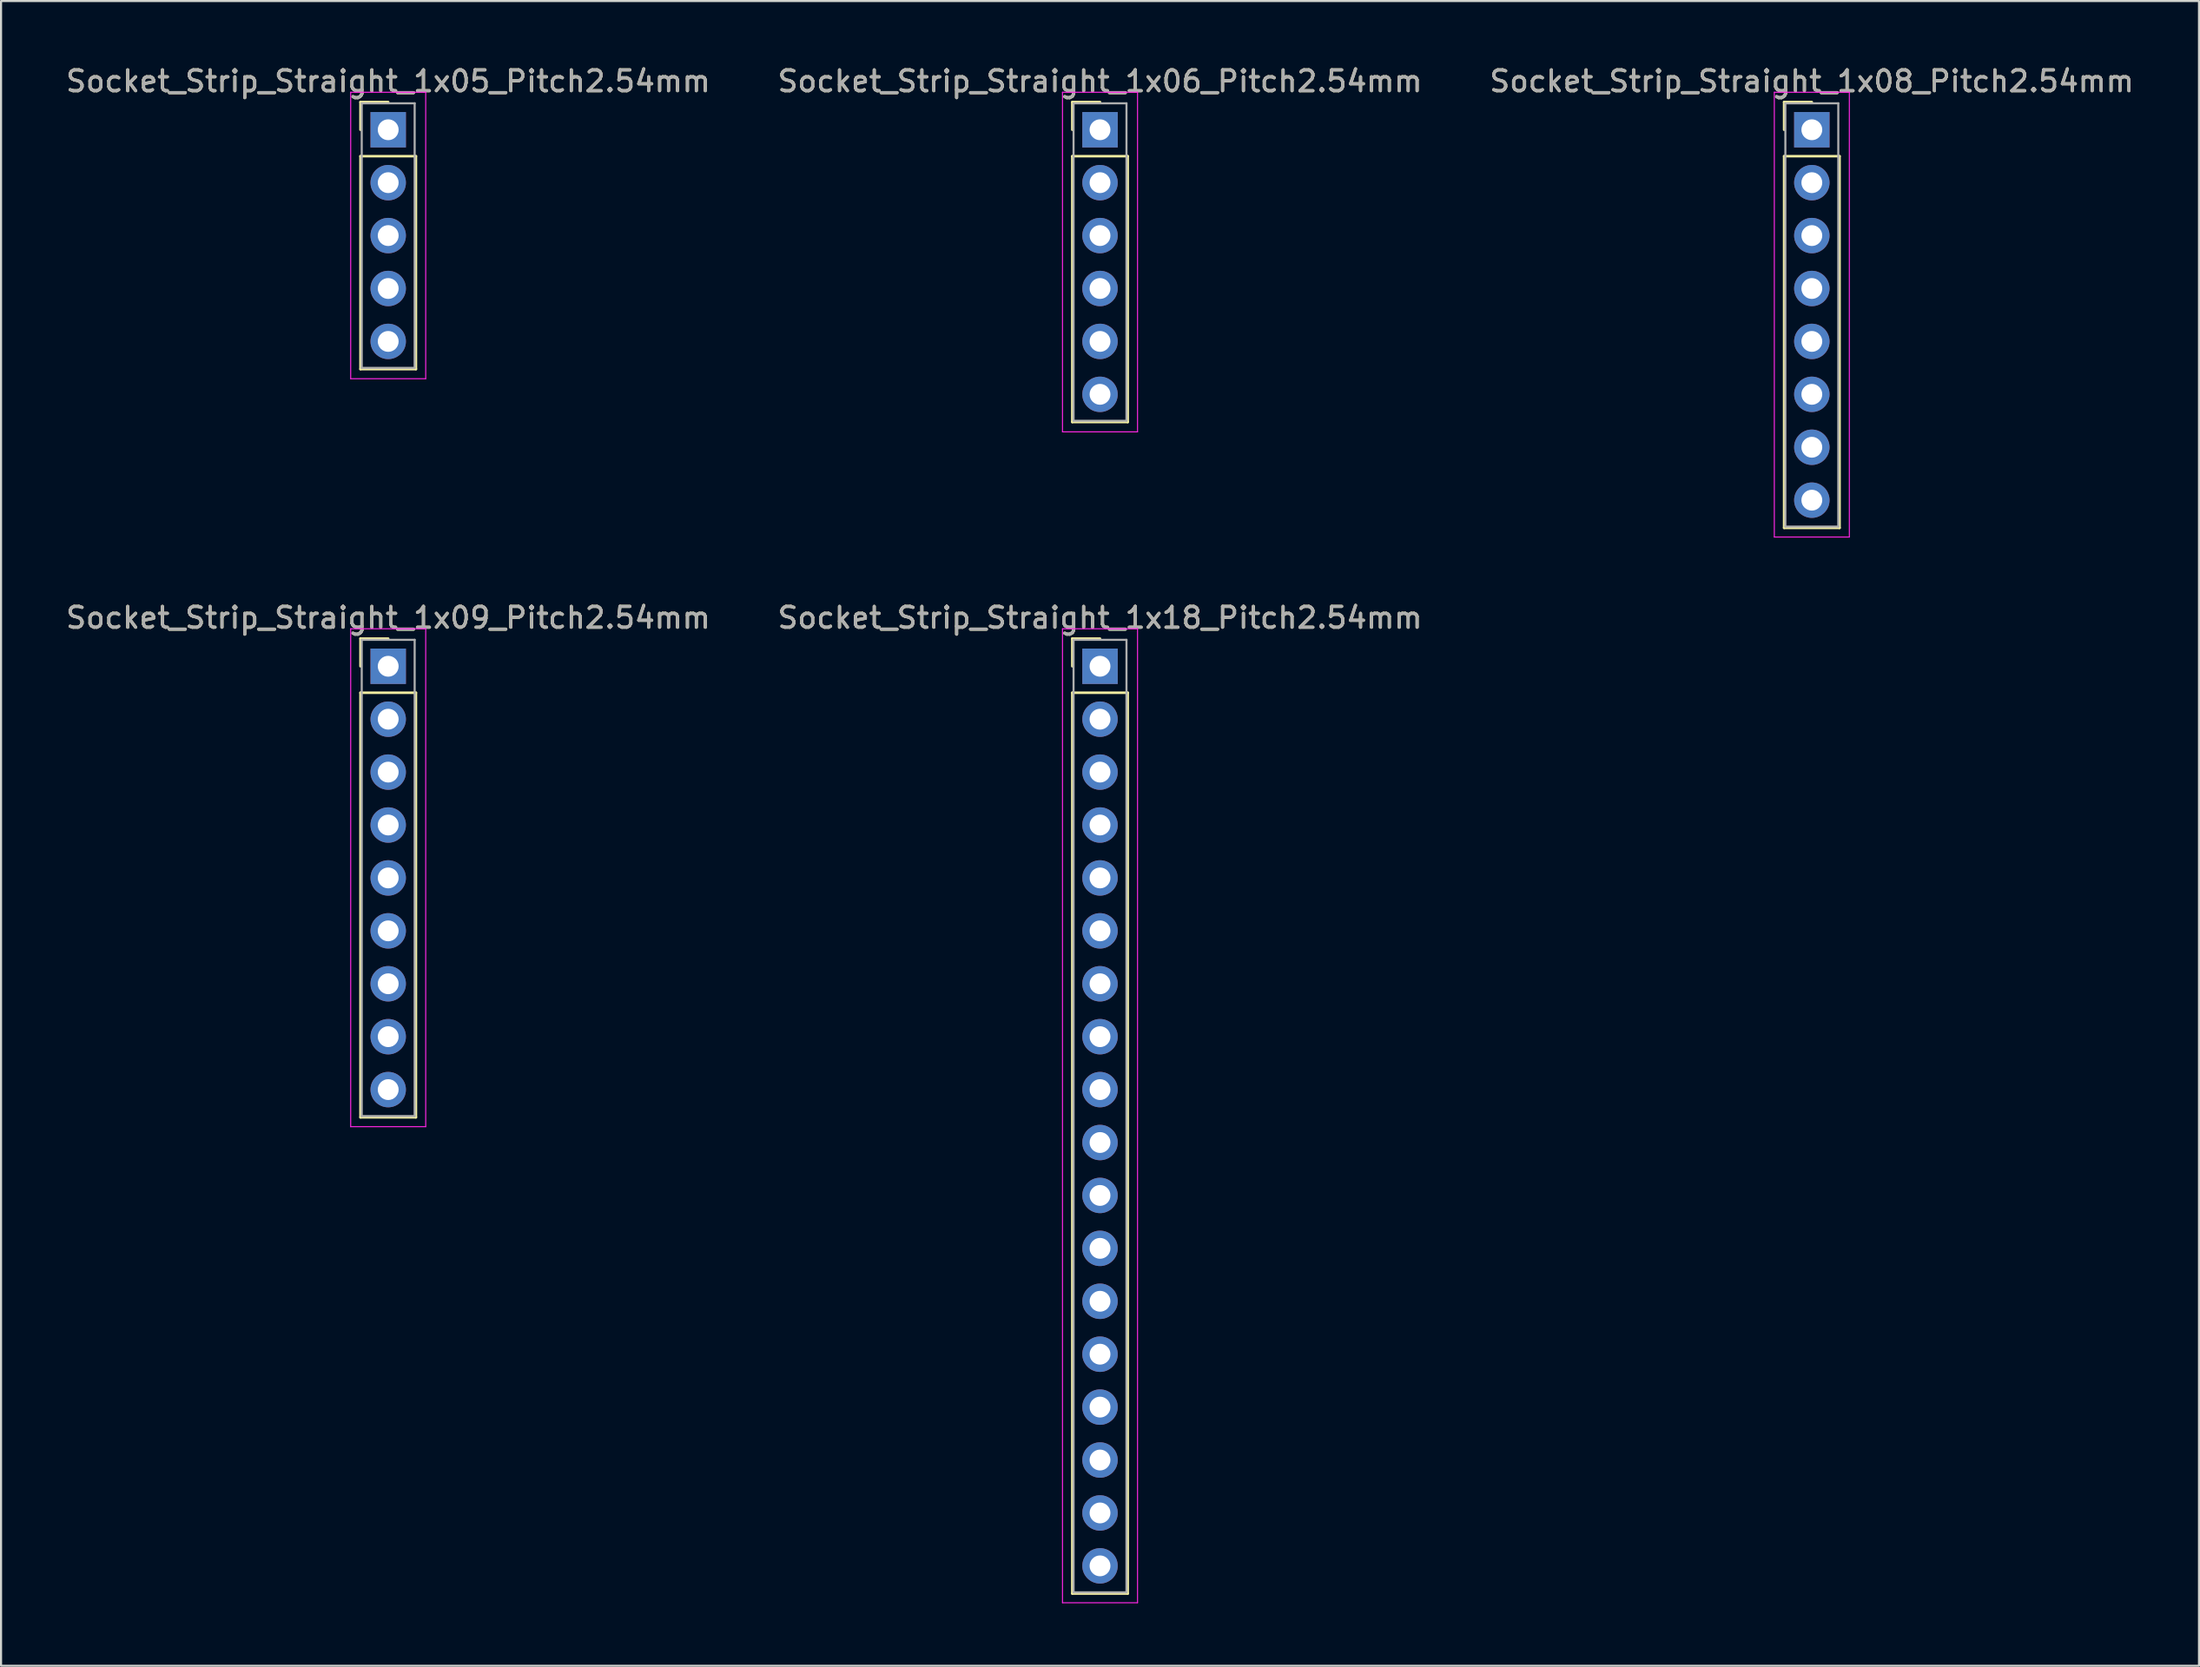
<source format=kicad_pcb>
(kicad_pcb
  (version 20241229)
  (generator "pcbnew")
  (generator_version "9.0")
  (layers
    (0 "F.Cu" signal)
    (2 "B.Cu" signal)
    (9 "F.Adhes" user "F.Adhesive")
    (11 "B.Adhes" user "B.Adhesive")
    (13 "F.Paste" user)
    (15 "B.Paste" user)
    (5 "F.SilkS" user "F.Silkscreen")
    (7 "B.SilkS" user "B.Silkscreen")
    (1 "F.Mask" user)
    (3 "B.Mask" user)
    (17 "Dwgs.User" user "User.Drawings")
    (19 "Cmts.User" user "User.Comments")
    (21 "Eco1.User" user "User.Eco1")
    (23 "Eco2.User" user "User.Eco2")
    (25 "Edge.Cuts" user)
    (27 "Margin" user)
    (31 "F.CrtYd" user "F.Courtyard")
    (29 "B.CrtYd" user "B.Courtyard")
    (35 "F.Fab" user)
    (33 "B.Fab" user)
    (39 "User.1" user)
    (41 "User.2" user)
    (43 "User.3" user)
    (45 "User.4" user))
  (footprint "Socket_Strip_Straight_1x18_Pitch2.54mm"
    (layer "F.Cu")
    (at 49.732 28.931)
    (property "Reference" "Socket_Strip_Straight_1x18_Pitch2.54mm" (at 0 -2.33 0) (layer "F.SilkS") (effects (font (size 1 1) (thickness 0.15))))
    (attr through_hole)
    (fp_line (start -1.33 -1.33) (end 0 -1.33) (stroke (width 0.12) (type solid)) (layer "F.SilkS"))
    (fp_line (start -1.33 0) (end -1.33 -1.33) (stroke (width 0.12) (type solid)) (layer "F.SilkS"))
    (fp_line (start -1.33 1.27) (end -1.33 44.51) (stroke (width 0.12) (type solid)) (layer "F.SilkS"))
    (fp_line (start -1.33 44.51) (end 1.33 44.51) (stroke (width 0.12) (type solid)) (layer "F.SilkS"))
    (fp_line (start 1.33 1.27) (end -1.33 1.27) (stroke (width 0.12) (type solid)) (layer "F.SilkS"))
    (fp_line (start 1.33 44.51) (end 1.33 1.27) (stroke (width 0.12) (type solid)) (layer "F.SilkS"))
    (fp_line (start -1.8 -1.8) (end -1.8 44.95) (stroke (width 0.05) (type solid)) (layer "F.CrtYd"))
    (fp_line (start -1.8 44.95) (end 1.8 44.95) (stroke (width 0.05) (type solid)) (layer "F.CrtYd"))
    (fp_line (start 1.8 -1.8) (end -1.8 -1.8) (stroke (width 0.05) (type solid)) (layer "F.CrtYd"))
    (fp_line (start 1.8 44.95) (end 1.8 -1.8) (stroke (width 0.05) (type solid)) (layer "F.CrtYd"))
    (fp_line (start -1.27 -1.27) (end -1.27 44.45) (stroke (width 0.1) (type solid)) (layer "F.Fab"))
    (fp_line (start -1.27 44.45) (end 1.27 44.45) (stroke (width 0.1) (type solid)) (layer "F.Fab"))
    (fp_line (start 1.27 -1.27) (end -1.27 -1.27) (stroke (width 0.1) (type solid)) (layer "F.Fab"))
    (fp_line (start 1.27 44.45) (end 1.27 -1.27) (stroke (width 0.1) (type solid)) (layer "F.Fab"))
    (fp_text user "${REFERENCE}" (at 0 -2.33 0) (layer "F.Fab") (effects (font (size 1 1) (thickness 0.15))))
    (pad "1" thru_hole rect (at 0 0) (size 1.7 1.7) (drill 1) (layers "*.Cu" "*.Mask"))
    (pad "2" thru_hole oval (at 0 2.54) (size 1.7 1.7) (drill 1) (layers "*.Cu" "*.Mask"))
    (pad "3" thru_hole oval (at 0 5.08) (size 1.7 1.7) (drill 1) (layers "*.Cu" "*.Mask"))
    (pad "4" thru_hole oval (at 0 7.62) (size 1.7 1.7) (drill 1) (layers "*.Cu" "*.Mask"))
    (pad "5" thru_hole oval (at 0 10.16) (size 1.7 1.7) (drill 1) (layers "*.Cu" "*.Mask"))
    (pad "6" thru_hole oval (at 0 12.7) (size 1.7 1.7) (drill 1) (layers "*.Cu" "*.Mask"))
    (pad "7" thru_hole oval (at 0 15.24) (size 1.7 1.7) (drill 1) (layers "*.Cu" "*.Mask"))
    (pad "8" thru_hole oval (at 0 17.78) (size 1.7 1.7) (drill 1) (layers "*.Cu" "*.Mask"))
    (pad "9" thru_hole oval (at 0 20.32) (size 1.7 1.7) (drill 1) (layers "*.Cu" "*.Mask"))
    (pad "10" thru_hole oval (at 0 22.86) (size 1.7 1.7) (drill 1) (layers "*.Cu" "*.Mask"))
    (pad "11" thru_hole oval (at 0 25.4) (size 1.7 1.7) (drill 1) (layers "*.Cu" "*.Mask"))
    (pad "12" thru_hole oval (at 0 27.94) (size 1.7 1.7) (drill 1) (layers "*.Cu" "*.Mask"))
    (pad "13" thru_hole oval (at 0 30.48) (size 1.7 1.7) (drill 1) (layers "*.Cu" "*.Mask"))
    (pad "14" thru_hole oval (at 0 33.02) (size 1.7 1.7) (drill 1) (layers "*.Cu" "*.Mask"))
    (pad "15" thru_hole oval (at 0 35.56) (size 1.7 1.7) (drill 1) (layers "*.Cu" "*.Mask"))
    (pad "16" thru_hole oval (at 0 38.1) (size 1.7 1.7) (drill 1) (layers "*.Cu" "*.Mask"))
    (pad "17" thru_hole oval (at 0 40.64) (size 1.7 1.7) (drill 1) (layers "*.Cu" "*.Mask"))
    (pad "18" thru_hole oval (at 0 43.18) (size 1.7 1.7) (drill 1) (layers "*.Cu" "*.Mask")))
  (footprint "Socket_Strip_Straight_1x08_Pitch2.54mm"
    (layer "F.Cu")
    (at 83.887 3.178)
    (property "Reference" "Socket_Strip_Straight_1x08_Pitch2.54mm" (at 0 -2.33 0) (layer "F.SilkS") (effects (font (size 1 1) (thickness 0.15))))
    (attr through_hole)
    (fp_line (start -1.33 -1.33) (end 0 -1.33) (stroke (width 0.12) (type solid)) (layer "F.SilkS"))
    (fp_line (start -1.33 0) (end -1.33 -1.33) (stroke (width 0.12) (type solid)) (layer "F.SilkS"))
    (fp_line (start -1.33 1.27) (end -1.33 19.11) (stroke (width 0.12) (type solid)) (layer "F.SilkS"))
    (fp_line (start -1.33 19.11) (end 1.33 19.11) (stroke (width 0.12) (type solid)) (layer "F.SilkS"))
    (fp_line (start 1.33 1.27) (end -1.33 1.27) (stroke (width 0.12) (type solid)) (layer "F.SilkS"))
    (fp_line (start 1.33 19.11) (end 1.33 1.27) (stroke (width 0.12) (type solid)) (layer "F.SilkS"))
    (fp_line (start -1.8 -1.8) (end -1.8 19.55) (stroke (width 0.05) (type solid)) (layer "F.CrtYd"))
    (fp_line (start -1.8 19.55) (end 1.8 19.55) (stroke (width 0.05) (type solid)) (layer "F.CrtYd"))
    (fp_line (start 1.8 -1.8) (end -1.8 -1.8) (stroke (width 0.05) (type solid)) (layer "F.CrtYd"))
    (fp_line (start 1.8 19.55) (end 1.8 -1.8) (stroke (width 0.05) (type solid)) (layer "F.CrtYd"))
    (fp_line (start -1.27 -1.27) (end -1.27 19.05) (stroke (width 0.1) (type solid)) (layer "F.Fab"))
    (fp_line (start -1.27 19.05) (end 1.27 19.05) (stroke (width 0.1) (type solid)) (layer "F.Fab"))
    (fp_line (start 1.27 -1.27) (end -1.27 -1.27) (stroke (width 0.1) (type solid)) (layer "F.Fab"))
    (fp_line (start 1.27 19.05) (end 1.27 -1.27) (stroke (width 0.1) (type solid)) (layer "F.Fab"))
    (fp_text user "${REFERENCE}" (at 0 -2.33 0) (layer "F.Fab") (effects (font (size 1 1) (thickness 0.15))))
    (pad "1" thru_hole rect (at 0 0) (size 1.7 1.7) (drill 1) (layers "*.Cu" "*.Mask"))
    (pad "2" thru_hole oval (at 0 2.54) (size 1.7 1.7) (drill 1) (layers "*.Cu" "*.Mask"))
    (pad "3" thru_hole oval (at 0 5.08) (size 1.7 1.7) (drill 1) (layers "*.Cu" "*.Mask"))
    (pad "4" thru_hole oval (at 0 7.62) (size 1.7 1.7) (drill 1) (layers "*.Cu" "*.Mask"))
    (pad "5" thru_hole oval (at 0 10.16) (size 1.7 1.7) (drill 1) (layers "*.Cu" "*.Mask"))
    (pad "6" thru_hole oval (at 0 12.7) (size 1.7 1.7) (drill 1) (layers "*.Cu" "*.Mask"))
    (pad "7" thru_hole oval (at 0 15.24) (size 1.7 1.7) (drill 1) (layers "*.Cu" "*.Mask"))
    (pad "8" thru_hole oval (at 0 17.78) (size 1.7 1.7) (drill 1) (layers "*.Cu" "*.Mask")))
  (footprint "Socket_Strip_Straight_1x05_Pitch2.54mm"
    (layer "F.Cu")
    (at 15.577 3.178)
    (property "Reference" "Socket_Strip_Straight_1x05_Pitch2.54mm" (at 0 -2.33 0) (layer "F.SilkS") (effects (font (size 1 1) (thickness 0.15))))
    (attr through_hole)
    (fp_line (start -1.33 -1.33) (end 0 -1.33) (stroke (width 0.12) (type solid)) (layer "F.SilkS"))
    (fp_line (start -1.33 0) (end -1.33 -1.33) (stroke (width 0.12) (type solid)) (layer "F.SilkS"))
    (fp_line (start -1.33 1.27) (end -1.33 11.49) (stroke (width 0.12) (type solid)) (layer "F.SilkS"))
    (fp_line (start -1.33 11.49) (end 1.33 11.49) (stroke (width 0.12) (type solid)) (layer "F.SilkS"))
    (fp_line (start 1.33 1.27) (end -1.33 1.27) (stroke (width 0.12) (type solid)) (layer "F.SilkS"))
    (fp_line (start 1.33 11.49) (end 1.33 1.27) (stroke (width 0.12) (type solid)) (layer "F.SilkS"))
    (fp_line (start -1.8 -1.8) (end -1.8 11.95) (stroke (width 0.05) (type solid)) (layer "F.CrtYd"))
    (fp_line (start -1.8 11.95) (end 1.8 11.95) (stroke (width 0.05) (type solid)) (layer "F.CrtYd"))
    (fp_line (start 1.8 -1.8) (end -1.8 -1.8) (stroke (width 0.05) (type solid)) (layer "F.CrtYd"))
    (fp_line (start 1.8 11.95) (end 1.8 -1.8) (stroke (width 0.05) (type solid)) (layer "F.CrtYd"))
    (fp_line (start -1.27 -1.27) (end -1.27 11.43) (stroke (width 0.1) (type solid)) (layer "F.Fab"))
    (fp_line (start -1.27 11.43) (end 1.27 11.43) (stroke (width 0.1) (type solid)) (layer "F.Fab"))
    (fp_line (start 1.27 -1.27) (end -1.27 -1.27) (stroke (width 0.1) (type solid)) (layer "F.Fab"))
    (fp_line (start 1.27 11.43) (end 1.27 -1.27) (stroke (width 0.1) (type solid)) (layer "F.Fab"))
    (fp_text user "${REFERENCE}" (at 0 -2.33 0) (layer "F.Fab") (effects (font (size 1 1) (thickness 0.15))))
    (pad "1" thru_hole rect (at 0 0) (size 1.7 1.7) (drill 1) (layers "*.Cu" "*.Mask"))
    (pad "2" thru_hole oval (at 0 2.54) (size 1.7 1.7) (drill 1) (layers "*.Cu" "*.Mask"))
    (pad "3" thru_hole oval (at 0 5.08) (size 1.7 1.7) (drill 1) (layers "*.Cu" "*.Mask"))
    (pad "4" thru_hole oval (at 0 7.62) (size 1.7 1.7) (drill 1) (layers "*.Cu" "*.Mask"))
    (pad "5" thru_hole oval (at 0 10.16) (size 1.7 1.7) (drill 1) (layers "*.Cu" "*.Mask")))
  (footprint "Socket_Strip_Straight_1x06_Pitch2.54mm"
    (layer "F.Cu")
    (at 49.732 3.178)
    (property "Reference" "Socket_Strip_Straight_1x06_Pitch2.54mm" (at 0 -2.33 0) (layer "F.SilkS") (effects (font (size 1 1) (thickness 0.15))))
    (attr through_hole)
    (fp_line (start -1.33 -1.33) (end 0 -1.33) (stroke (width 0.12) (type solid)) (layer "F.SilkS"))
    (fp_line (start -1.33 0) (end -1.33 -1.33) (stroke (width 0.12) (type solid)) (layer "F.SilkS"))
    (fp_line (start -1.33 1.27) (end -1.33 14.03) (stroke (width 0.12) (type solid)) (layer "F.SilkS"))
    (fp_line (start -1.33 14.03) (end 1.33 14.03) (stroke (width 0.12) (type solid)) (layer "F.SilkS"))
    (fp_line (start 1.33 1.27) (end -1.33 1.27) (stroke (width 0.12) (type solid)) (layer "F.SilkS"))
    (fp_line (start 1.33 14.03) (end 1.33 1.27) (stroke (width 0.12) (type solid)) (layer "F.SilkS"))
    (fp_line (start -1.8 -1.8) (end -1.8 14.5) (stroke (width 0.05) (type solid)) (layer "F.CrtYd"))
    (fp_line (start -1.8 14.5) (end 1.8 14.5) (stroke (width 0.05) (type solid)) (layer "F.CrtYd"))
    (fp_line (start 1.8 -1.8) (end -1.8 -1.8) (stroke (width 0.05) (type solid)) (layer "F.CrtYd"))
    (fp_line (start 1.8 14.5) (end 1.8 -1.8) (stroke (width 0.05) (type solid)) (layer "F.CrtYd"))
    (fp_line (start -1.27 -1.27) (end -1.27 13.97) (stroke (width 0.1) (type solid)) (layer "F.Fab"))
    (fp_line (start -1.27 13.97) (end 1.27 13.97) (stroke (width 0.1) (type solid)) (layer "F.Fab"))
    (fp_line (start 1.27 -1.27) (end -1.27 -1.27) (stroke (width 0.1) (type solid)) (layer "F.Fab"))
    (fp_line (start 1.27 13.97) (end 1.27 -1.27) (stroke (width 0.1) (type solid)) (layer "F.Fab"))
    (fp_text user "${REFERENCE}" (at 0 -2.33 0) (layer "F.Fab") (effects (font (size 1 1) (thickness 0.15))))
    (pad "1" thru_hole rect (at 0 0) (size 1.7 1.7) (drill 1) (layers "*.Cu" "*.Mask"))
    (pad "2" thru_hole oval (at 0 2.54) (size 1.7 1.7) (drill 1) (layers "*.Cu" "*.Mask"))
    (pad "3" thru_hole oval (at 0 5.08) (size 1.7 1.7) (drill 1) (layers "*.Cu" "*.Mask"))
    (pad "4" thru_hole oval (at 0 7.62) (size 1.7 1.7) (drill 1) (layers "*.Cu" "*.Mask"))
    (pad "5" thru_hole oval (at 0 10.16) (size 1.7 1.7) (drill 1) (layers "*.Cu" "*.Mask"))
    (pad "6" thru_hole oval (at 0 12.7) (size 1.7 1.7) (drill 1) (layers "*.Cu" "*.Mask")))
  (footprint "Socket_Strip_Straight_1x09_Pitch2.54mm"
    (layer "F.Cu")
    (at 15.577 28.931)
    (property "Reference" "Socket_Strip_Straight_1x09_Pitch2.54mm" (at 0 -2.33 0) (layer "F.SilkS") (effects (font (size 1 1) (thickness 0.15))))
    (attr through_hole)
    (fp_line (start -1.33 -1.33) (end 0 -1.33) (stroke (width 0.12) (type solid)) (layer "F.SilkS"))
    (fp_line (start -1.33 0) (end -1.33 -1.33) (stroke (width 0.12) (type solid)) (layer "F.SilkS"))
    (fp_line (start -1.33 1.27) (end -1.33 21.65) (stroke (width 0.12) (type solid)) (layer "F.SilkS"))
    (fp_line (start -1.33 21.65) (end 1.33 21.65) (stroke (width 0.12) (type solid)) (layer "F.SilkS"))
    (fp_line (start 1.33 1.27) (end -1.33 1.27) (stroke (width 0.12) (type solid)) (layer "F.SilkS"))
    (fp_line (start 1.33 21.65) (end 1.33 1.27) (stroke (width 0.12) (type solid)) (layer "F.SilkS"))
    (fp_line (start -1.8 -1.8) (end -1.8 22.1) (stroke (width 0.05) (type solid)) (layer "F.CrtYd"))
    (fp_line (start -1.8 22.1) (end 1.8 22.1) (stroke (width 0.05) (type solid)) (layer "F.CrtYd"))
    (fp_line (start 1.8 -1.8) (end -1.8 -1.8) (stroke (width 0.05) (type solid)) (layer "F.CrtYd"))
    (fp_line (start 1.8 22.1) (end 1.8 -1.8) (stroke (width 0.05) (type solid)) (layer "F.CrtYd"))
    (fp_line (start -1.27 -1.27) (end -1.27 21.59) (stroke (width 0.1) (type solid)) (layer "F.Fab"))
    (fp_line (start -1.27 21.59) (end 1.27 21.59) (stroke (width 0.1) (type solid)) (layer "F.Fab"))
    (fp_line (start 1.27 -1.27) (end -1.27 -1.27) (stroke (width 0.1) (type solid)) (layer "F.Fab"))
    (fp_line (start 1.27 21.59) (end 1.27 -1.27) (stroke (width 0.1) (type solid)) (layer "F.Fab"))
    (fp_text user "${REFERENCE}" (at 0 -2.33 0) (layer "F.Fab") (effects (font (size 1 1) (thickness 0.15))))
    (pad "1" thru_hole rect (at 0 0) (size 1.7 1.7) (drill 1) (layers "*.Cu" "*.Mask"))
    (pad "2" thru_hole oval (at 0 2.54) (size 1.7 1.7) (drill 1) (layers "*.Cu" "*.Mask"))
    (pad "3" thru_hole oval (at 0 5.08) (size 1.7 1.7) (drill 1) (layers "*.Cu" "*.Mask"))
    (pad "4" thru_hole oval (at 0 7.62) (size 1.7 1.7) (drill 1) (layers "*.Cu" "*.Mask"))
    (pad "5" thru_hole oval (at 0 10.16) (size 1.7 1.7) (drill 1) (layers "*.Cu" "*.Mask"))
    (pad "6" thru_hole oval (at 0 12.7) (size 1.7 1.7) (drill 1) (layers "*.Cu" "*.Mask"))
    (pad "7" thru_hole oval (at 0 15.24) (size 1.7 1.7) (drill 1) (layers "*.Cu" "*.Mask"))
    (pad "8" thru_hole oval (at 0 17.78) (size 1.7 1.7) (drill 1) (layers "*.Cu" "*.Mask"))
    (pad "9" thru_hole oval (at 0 20.32) (size 1.7 1.7) (drill 1) (layers "*.Cu" "*.Mask")))
  (gr_rect
    (start -3 -3)
    (end 102.464 76.906)
    (stroke (width 0.1) (type default))
    (fill no)
    (layer "Edge.Cuts")))
</source>
